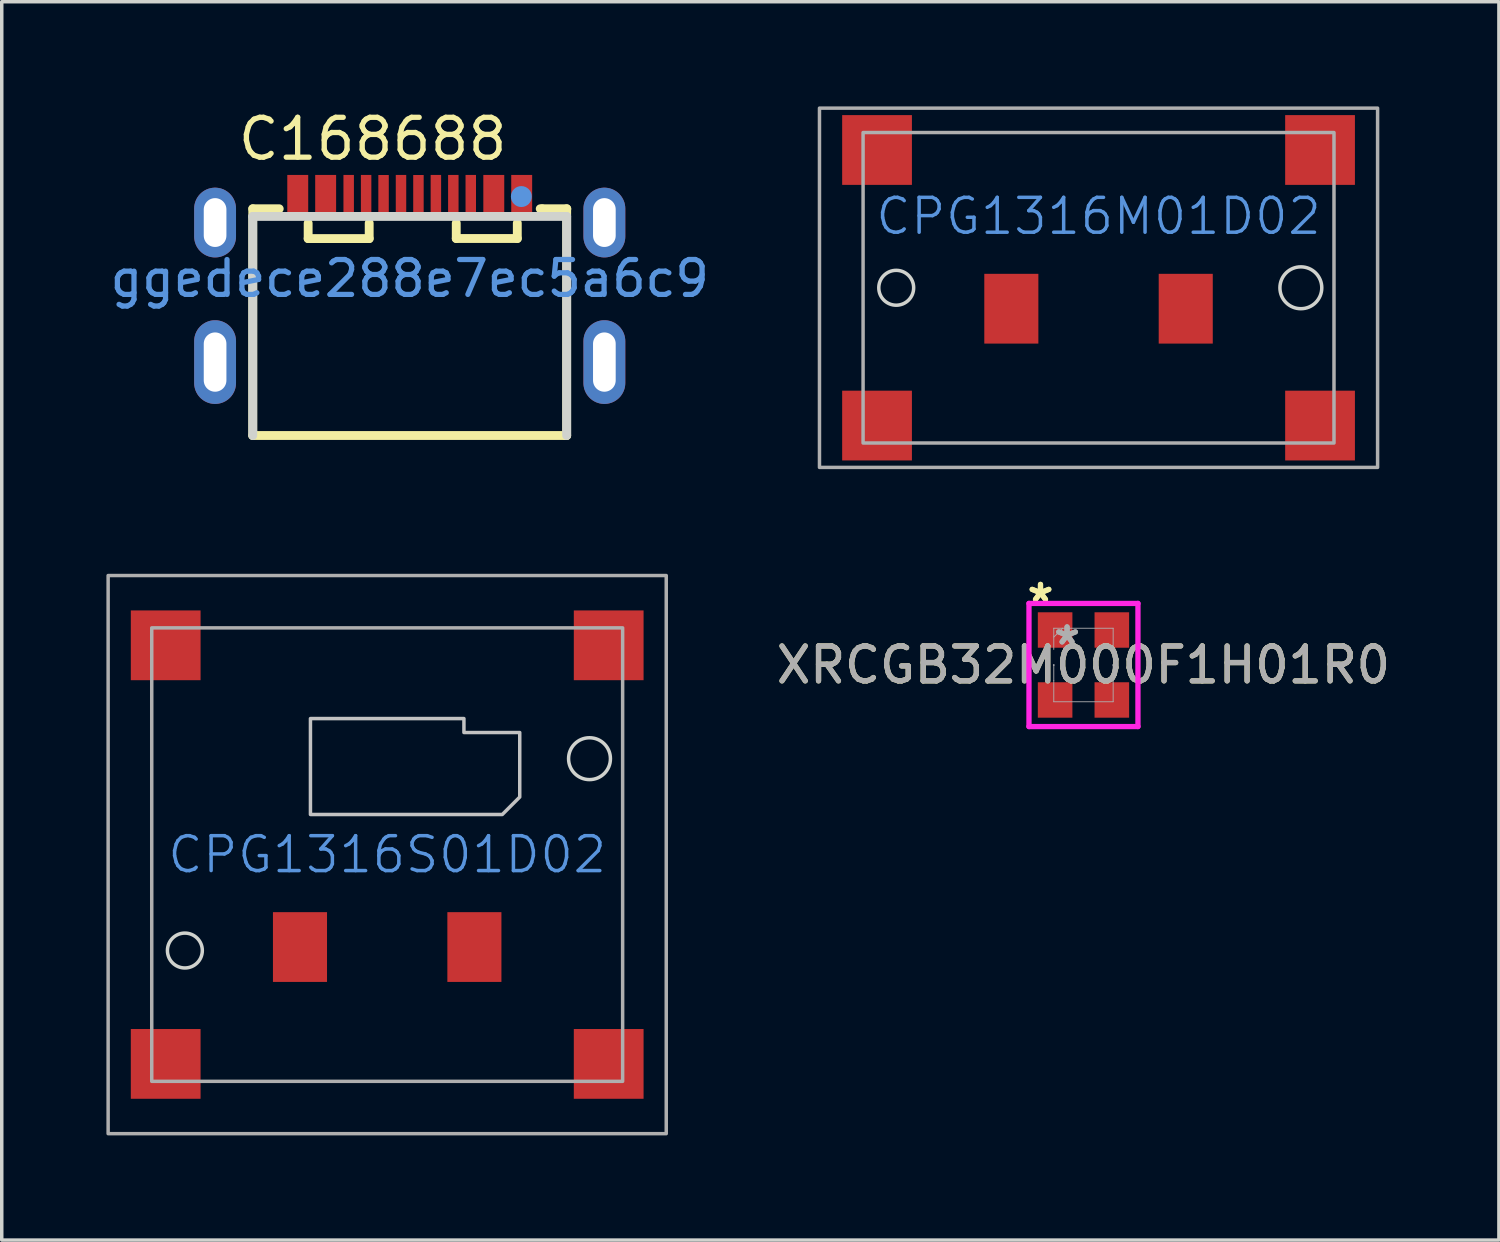
<source format=kicad_pcb>
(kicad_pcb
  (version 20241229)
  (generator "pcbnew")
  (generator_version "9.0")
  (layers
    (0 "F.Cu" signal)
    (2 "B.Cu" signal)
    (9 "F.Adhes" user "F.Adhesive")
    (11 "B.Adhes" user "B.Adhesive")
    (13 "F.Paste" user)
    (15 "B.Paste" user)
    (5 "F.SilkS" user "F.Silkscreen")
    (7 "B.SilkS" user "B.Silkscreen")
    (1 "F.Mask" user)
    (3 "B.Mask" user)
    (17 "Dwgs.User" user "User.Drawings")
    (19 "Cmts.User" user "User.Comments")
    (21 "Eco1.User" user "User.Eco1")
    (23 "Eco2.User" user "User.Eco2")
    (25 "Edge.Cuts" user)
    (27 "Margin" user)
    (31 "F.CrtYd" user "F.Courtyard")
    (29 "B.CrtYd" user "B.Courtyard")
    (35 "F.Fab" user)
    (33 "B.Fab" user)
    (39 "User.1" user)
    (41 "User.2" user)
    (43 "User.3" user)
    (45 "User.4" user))
  (footprint "C168688"
    (layer "F.Cu")
    (at 8.696 4.935)
    (property "Reference" "C168688" (at -5 -4 0) (layer "F.SilkS") (effects (font (size 1.143 1.143) (thickness 0.152)) (justify left)))
    (attr smd)
    (fp_line (start -4.5 -2) (end -4.5 4.5) (stroke (width 0.254) (type solid)) (layer "F.SilkS"))
    (fp_line (start -4.5 4.5) (end 4.45 4.5) (stroke (width 0.254) (type solid)) (layer "F.SilkS"))
    (fp_line (start -3.741 -2) (end -4.5 -2) (stroke (width 0.254) (type solid)) (layer "F.SilkS"))
    (fp_line (start -2.912 -1.145) (end -2.912 -1.587) (stroke (width 0.254) (type solid)) (layer "F.SilkS"))
    (fp_line (start -2.912 -1.145) (end -1.162 -1.145) (stroke (width 0.254) (type solid)) (layer "F.SilkS"))
    (fp_line (start -1.162 -1.145) (end -1.162 -1.589) (stroke (width 0.254) (type solid)) (layer "F.SilkS"))
    (fp_line (start 1.334 -1.147) (end 1.334 -1.589) (stroke (width 0.254) (type solid)) (layer "F.SilkS"))
    (fp_line (start 3.084 -1.147) (end 1.334 -1.147) (stroke (width 0.254) (type solid)) (layer "F.SilkS"))
    (fp_line (start 3.084 -1.147) (end 3.084 -1.589) (stroke (width 0.254) (type solid)) (layer "F.SilkS"))
    (fp_line (start 3.796 -2) (end 3.741 -2) (stroke (width 0.254) (type solid)) (layer "F.SilkS"))
    (fp_line (start 4.45 4.5) (end 4.5 4.5) (stroke (width 0.254) (type solid)) (layer "F.SilkS"))
    (fp_line (start 4.5 4.5) (end 4.5 -2) (stroke (width 0.254) (type solid)) (layer "F.SilkS"))
    (fp_line (start 4.504 -2) (end 3.796 -2) (stroke (width 0.254) (type solid)) (layer "F.SilkS"))
    (fp_poly (pts (xy -2.91 -1.82) (xy -3.51 -1.82) (xy -3.51 -2.97) (xy -2.91 -2.97)) (stroke (width 0) (type solid)) (fill yes) (layer "F.Paste"))
    (fp_poly (pts (xy -2.11 -1.82) (xy -2.71 -1.82) (xy -2.71 -2.97) (xy -2.11 -2.97)) (stroke (width 0) (type solid)) (fill yes) (layer "F.Paste"))
    (fp_poly (pts (xy -1.9 -2.97) (xy -1.6 -2.97) (xy -1.6 -1.82) (xy -1.9 -1.82)) (stroke (width 0) (type solid)) (fill yes) (layer "F.Paste"))
    (fp_poly (pts (xy -1.4 -2.97) (xy -1.1 -2.97) (xy -1.1 -1.82) (xy -1.4 -1.82)) (stroke (width 0) (type solid)) (fill yes) (layer "F.Paste"))
    (fp_poly (pts (xy -0.9 -2.968) (xy -0.6 -2.968) (xy -0.6 -1.818) (xy -0.9 -1.818)) (stroke (width 0) (type solid)) (fill yes) (layer "F.Paste"))
    (fp_poly (pts (xy -0.4 -2.97) (xy -0.1 -2.97) (xy -0.1 -1.82) (xy -0.4 -1.82)) (stroke (width 0) (type solid)) (fill yes) (layer "F.Paste"))
    (fp_poly (pts (xy 0.1 -2.968) (xy 0.4 -2.968) (xy 0.4 -1.818) (xy 0.1 -1.818)) (stroke (width 0) (type solid)) (fill yes) (layer "F.Paste"))
    (fp_poly (pts (xy 0.6 -2.97) (xy 0.9 -2.97) (xy 0.9 -1.82) (xy 0.6 -1.82)) (stroke (width 0) (type solid)) (fill yes) (layer "F.Paste"))
    (fp_poly (pts (xy 1.1 -2.97) (xy 1.4 -2.97) (xy 1.4 -1.82) (xy 1.1 -1.82)) (stroke (width 0) (type solid)) (fill yes) (layer "F.Paste"))
    (fp_poly (pts (xy 1.6 -2.97) (xy 1.9 -2.97) (xy 1.9 -1.82) (xy 1.6 -1.82)) (stroke (width 0) (type solid)) (fill yes) (layer "F.Paste"))
    (fp_poly (pts (xy 2.11 -2.97) (xy 2.71 -2.97) (xy 2.71 -1.82) (xy 2.11 -1.82)) (stroke (width 0) (type solid)) (fill yes) (layer "F.Paste"))
    (fp_poly (pts (xy 2.91 -2.97) (xy 3.51 -2.97) (xy 3.51 -1.82) (xy 2.91 -1.82)) (stroke (width 0) (type solid)) (fill yes) (layer "F.Paste"))
    (fp_circle (center 3.2 -2.35) (end 3.35 -2.35) (stroke (width 0.3) (type solid)) (fill no) (layer "Cmts.User"))
    (fp_line (start -4.5 -1.78) (end -4.5 4.501) (stroke (width 0.254) (type solid)) (layer "Edge.Cuts"))
    (fp_line (start 4.499 -1.78) (end -4.5 -1.78) (stroke (width 0.254) (type solid)) (layer "Edge.Cuts"))
    (fp_line (start 4.499 4.501) (end 4.499 -1.78) (stroke (width 0.254) (type solid)) (layer "Edge.Cuts"))
    (fp_text user "ggedece288e7ec5a6c9" (at 0 0 0) (layer "Cmts.User") (effects (font (size 1 1) (thickness 0.15))))
    (pad "13" thru_hole oval (at 5.58 -1.605) (size 1.2 2) (drill oval 0.65 1.4) (layers "*.Cu" "*.Paste" "*.Mask"))
    (pad "14" thru_hole oval (at 5.58 2.395) (size 1.2 2.4) (drill oval 0.65 1.7) (layers "*.Cu" "*.Paste" "*.Mask"))
    (pad "15" thru_hole oval (at -5.58 2.395) (size 1.2 2.4) (drill oval 0.65 1.7) (layers "*.Cu" "*.Paste" "*.Mask"))
    (pad "16" thru_hole oval (at -5.58 -1.605) (size 1.2 2) (drill oval 0.65 1.4) (layers "*.Cu" "*.Paste" "*.Mask"))
    (pad "A5" smd rect (at -1.25 -2.395) (size 0.3 1.15) (layers "F.Cu" "F.Mask" "F.Paste"))
    (pad "A6" smd rect (at -0.25 -2.395) (size 0.3 1.15) (layers "F.Cu" "F.Mask" "F.Paste"))
    (pad "A7" smd rect (at 0.25 -2.393) (size 0.3 1.15) (layers "F.Cu" "F.Mask" "F.Paste"))
    (pad "A8" smd rect (at 1.25 -2.395) (size 0.3 1.15) (layers "F.Cu" "F.Mask" "F.Paste"))
    (pad "A9B4" smd rect (at 2.41 -2.395) (size 0.6 1.15) (layers "F.Cu" "F.Mask" "F.Paste"))
    (pad "A12B1" smd rect (at 3.21 -2.395) (size 0.6 1.15) (layers "F.Cu" "F.Mask" "F.Paste"))
    (pad "B5" smd rect (at 1.75 -2.395) (size 0.3 1.15) (layers "F.Cu" "F.Mask" "F.Paste"))
    (pad "B6" smd rect (at 0.75 -2.395) (size 0.3 1.15) (layers "F.Cu" "F.Mask" "F.Paste"))
    (pad "B7" smd rect (at -0.75 -2.393) (size 0.3 1.15) (layers "F.Cu" "F.Mask" "F.Paste"))
    (pad "B8" smd rect (at -1.75 -2.395) (size 0.3 1.15) (layers "F.Cu" "F.Mask" "F.Paste"))
    (pad "B9A4" smd rect (at -2.41 -2.395 180) (size 0.6 1.15) (layers "F.Cu" "F.Mask" "F.Paste"))
    (pad "B12A1" smd rect (at -3.21 -2.395 180) (size 0.6 1.15) (layers "F.Cu" "F.Mask" "F.Paste")))
  (footprint "CPG1316S01D02"
    (layer "F.Cu")
    (at 8.05 21.45)
    (property "Reference" "CPG1316S01D02" (at 0 0 0) (unlocked yes) (layer "Cmts.User") (effects (font (size 1 1) (thickness 0.1))))
    (attr smd)
    (fp_poly (pts (xy 3.8 -3.5) (xy 3.8 -1.65) (xy 3.3 -1.15) (xy -2.2 -1.15) (xy -2.2 -3.9) (xy 2.2 -3.9) (xy 2.2 -3.5)) (stroke (width 0.1) (type solid)) (fill no) (layer "Dwgs.User"))
    (fp_circle (center -5.8 2.75) (end -5.3 2.75) (stroke (width 0.1) (type default)) (fill no) (layer "Edge.Cuts"))
    (fp_circle (center 5.8 -2.75) (end 6.4 -2.75) (stroke (width 0.1) (type default)) (fill no) (layer "Edge.Cuts"))
    (fp_rect (start -8 8) (end 8 -8) (stroke (width 0.1) (type default)) (fill no) (layer "F.Fab"))
    (fp_rect (start -6.75 -6.5) (end 6.75 6.5) (stroke (width 0.1) (type default)) (fill no) (layer "F.Fab"))
    (pad "1" smd rect (at -2.5 2.65) (size 1.55 2) (layers "F.Cu" "F.Mask" "F.Paste"))
    (pad "2" smd rect (at 2.5 2.65) (size 1.55 2) (layers "F.Cu" "F.Mask" "F.Paste"))
    (pad "3" smd rect (at -6.35 -6) (size 2 2) (layers "F.Cu" "F.Mask" "F.Paste"))
    (pad "3" smd rect (at -6.35 6) (size 2 2) (layers "F.Cu" "F.Mask" "F.Paste"))
    (pad "3" smd rect (at 6.35 -6) (size 2 2) (layers "F.Cu" "F.Mask" "F.Paste"))
    (pad "3" smd rect (at 6.35 6) (size 2 2) (layers "F.Cu" "F.Mask" "F.Paste")))
  (footprint "XRCGB32M000F1H01R0"
    (layer "F.Cu")
    (at 28.011 16.014)
    (property "Reference" "XRCGB32M000F1H01R0" (at 0 0 0) (unlocked yes) (layer "F.SilkS") (effects (font (size 1 1) (thickness 0.15))))
    (attr smd)
    (fp_line (start -1.562 -1.765) (end 1.562 -1.765) (stroke (width 0.152) (type solid)) (layer "F.CrtYd"))
    (fp_line (start -1.562 1.765) (end -1.562 -1.765) (stroke (width 0.152) (type solid)) (layer "F.CrtYd"))
    (fp_line (start 1.562 -1.765) (end 1.562 1.765) (stroke (width 0.152) (type solid)) (layer "F.CrtYd"))
    (fp_line (start 1.562 1.765) (end -1.562 1.765) (stroke (width 0.152) (type solid)) (layer "F.CrtYd"))
    (fp_line (start -0.851 -1.054) (end 0.851 -1.054) (stroke (width 0.025) (type solid)) (layer "F.Fab"))
    (fp_line (start -0.851 -0.445) (end -0.851 -1.054) (stroke (width 0.025) (type solid)) (layer "F.Fab"))
    (fp_line (start -0.851 0) (end -0.851 0.445) (stroke (width 0.025) (type solid)) (layer "F.Fab"))
    (fp_line (start -0.851 0.445) (end -0.851 1.054) (stroke (width 0.025) (type solid)) (layer "F.Fab"))
    (fp_line (start -0.851 1.054) (end 0.851 1.054) (stroke (width 0.025) (type solid)) (layer "F.Fab"))
    (fp_line (start -0.597 -1.054) (end -0.851 -0.8) (stroke (width 0.025) (type solid)) (layer "F.Fab"))
    (fp_line (start 0.851 -0.445) (end 0.851 -1.054) (stroke (width 0.025) (type solid)) (layer "F.Fab"))
    (fp_line (start 0.851 0) (end 0.851 0.445) (stroke (width 0.025) (type solid)) (layer "F.Fab"))
    (fp_line (start 0.851 0.445) (end 0.851 1.054) (stroke (width 0.025) (type solid)) (layer "F.Fab"))
    (fp_arc (start -0.8509 0) (mid -0.8509 0) (end -0.8509 0) (stroke (width 0.0254) (type solid)) (layer "F.Fab"))
    (fp_arc (start 0.8509 0) (mid 0.8509 0) (end 0.8509 0) (stroke (width 0.0254) (type solid)) (layer "F.Fab"))
    (fp_text user "*" (at -1.232 -1.765 0) (layer "F.SilkS") (effects (font (size 1 1) (thickness 0.15))))
    (fp_text user "*" (at -1.232 -1.765 0) (unlocked yes) (layer "F.SilkS") (effects (font (size 1 1) (thickness 0.15))))
    (fp_text user "*" (at -0.47 -0.546 0) (layer "F.Fab") (effects (font (size 1 1) (thickness 0.15))))
    (fp_text user "*" (at -0.47 -0.546 0) (unlocked yes) (layer "F.Fab") (effects (font (size 1 1) (thickness 0.15))))
    (fp_text user "${REFERENCE}" (at 0 0 0) (unlocked yes) (layer "F.Fab") (effects (font (size 1 1) (thickness 0.15))))
    (pad "1" smd rect (at -0.813 -1.003) (size 0.991 1.016) (layers "F.Cu" "F.Mask" "F.Paste"))
    (pad "2" smd rect (at -0.813 1.003) (size 0.991 1.016) (layers "F.Cu" "F.Mask" "F.Paste"))
    (pad "3" smd rect (at 0.813 1.003) (size 0.991 1.016) (layers "F.Cu" "F.Mask" "F.Paste"))
    (pad "4" smd rect (at 0.813 -1.003) (size 0.991 1.016) (layers "F.Cu" "F.Mask" "F.Paste")))
  (footprint "CPG1316M01D02"
    (layer "F.Cu")
    (at 28.443 5.2)
    (property "Reference" "CPG1316M01D02" (at 0 -2.05 0) (unlocked yes) (layer "Cmts.User") (effects (font (size 1 1) (thickness 0.1))))
    (attr smd)
    (fp_circle (center -5.8 0) (end -5.3 0) (stroke (width 0.1) (type default)) (fill no) (layer "Edge.Cuts"))
    (fp_circle (center 5.8 0) (end 6.4 0) (stroke (width 0.1) (type default)) (fill no) (layer "Edge.Cuts"))
    (fp_rect (start -8 5.15) (end 8 -5.15) (stroke (width 0.1) (type default)) (fill no) (layer "F.Fab"))
    (fp_rect (start -6.75 -4.45) (end 6.75 4.45) (stroke (width 0.1) (type default)) (fill no) (layer "F.Fab"))
    (pad "1" smd rect (at -2.5 0.6) (size 1.55 2) (layers "F.Cu" "F.Mask" "F.Paste"))
    (pad "2" smd rect (at 2.5 0.6) (size 1.55 2) (layers "F.Cu" "F.Mask" "F.Paste"))
    (pad "3" smd rect (at -6.35 -3.95) (size 2 2) (layers "F.Cu" "F.Mask" "F.Paste"))
    (pad "3" smd rect (at -6.35 3.95) (size 2 2) (layers "F.Cu" "F.Mask" "F.Paste"))
    (pad "3" smd rect (at 6.35 -3.95) (size 2 2) (layers "F.Cu" "F.Mask" "F.Paste"))
    (pad "3" smd rect (at 6.35 3.95) (size 2 2) (layers "F.Cu" "F.Mask" "F.Paste")))
  (gr_rect
    (start -3 -3)
    (end 39.921 32.5)
    (stroke (width 0.1) (type default))
    (fill no)
    (layer "Edge.Cuts")))
</source>
